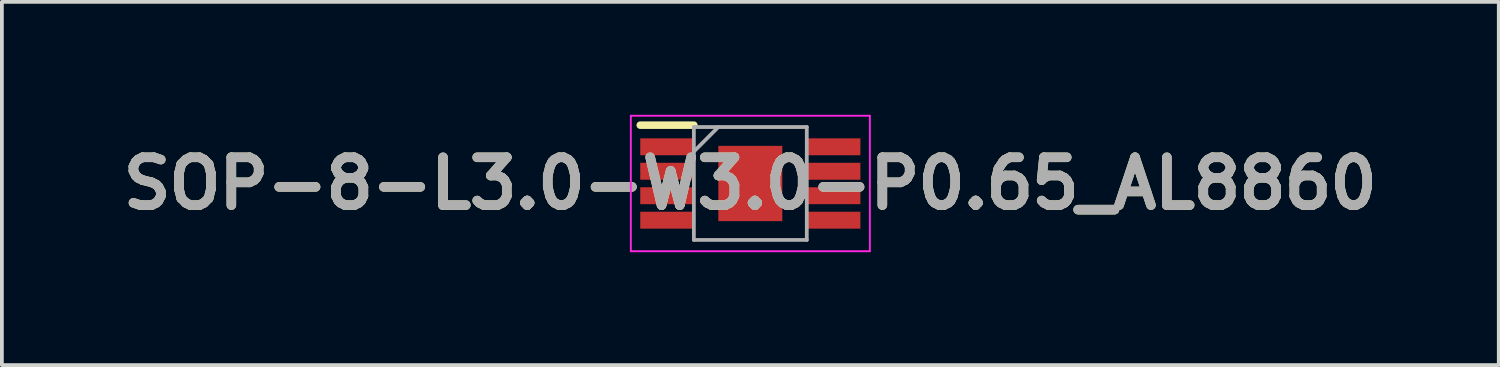
<source format=kicad_pcb>
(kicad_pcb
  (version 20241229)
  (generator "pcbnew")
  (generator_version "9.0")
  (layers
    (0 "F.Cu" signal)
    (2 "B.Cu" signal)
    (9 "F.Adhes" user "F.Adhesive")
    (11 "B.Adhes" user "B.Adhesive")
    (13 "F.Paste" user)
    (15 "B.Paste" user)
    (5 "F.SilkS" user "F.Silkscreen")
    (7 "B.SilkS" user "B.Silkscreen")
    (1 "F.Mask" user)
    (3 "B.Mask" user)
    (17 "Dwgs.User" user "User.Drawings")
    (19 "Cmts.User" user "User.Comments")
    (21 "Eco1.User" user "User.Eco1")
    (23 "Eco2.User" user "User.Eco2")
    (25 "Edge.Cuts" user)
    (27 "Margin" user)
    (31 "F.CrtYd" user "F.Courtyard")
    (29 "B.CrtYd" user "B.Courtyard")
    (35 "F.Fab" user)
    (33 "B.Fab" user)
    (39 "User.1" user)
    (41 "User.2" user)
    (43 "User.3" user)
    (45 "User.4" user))
  (footprint "SOP-8-L3.0-W3.0-P0.65_AL8860"
    (layer "F.Cu")
    (at 16.885 1.825)
    (property "Reference" "SOP-8-L3.0-W3.0-P0.65_AL8860" (at 0 0 0) (layer "F.SilkS") (effects (font (size 1.27 1.27) (thickness 0.254))))
    (attr smd)
    (fp_line (start -2.925 -1.55) (end -1.5 -1.55) (stroke (width 0.2) (type solid)) (layer "F.SilkS"))
    (fp_line (start -3.175 -1.8) (end 3.175 -1.8) (stroke (width 0.05) (type solid)) (layer "F.CrtYd"))
    (fp_line (start -3.175 1.8) (end -3.175 -1.8) (stroke (width 0.05) (type solid)) (layer "F.CrtYd"))
    (fp_line (start 3.175 -1.8) (end 3.175 1.8) (stroke (width 0.05) (type solid)) (layer "F.CrtYd"))
    (fp_line (start 3.175 1.8) (end -3.175 1.8) (stroke (width 0.05) (type solid)) (layer "F.CrtYd"))
    (fp_line (start -1.5 -1.5) (end 1.5 -1.5) (stroke (width 0.1) (type solid)) (layer "F.Fab"))
    (fp_line (start -1.5 -0.85) (end -0.85 -1.5) (stroke (width 0.1) (type solid)) (layer "F.Fab"))
    (fp_line (start -1.5 1.5) (end -1.5 -1.5) (stroke (width 0.1) (type solid)) (layer "F.Fab"))
    (fp_line (start 1.5 -1.5) (end 1.5 1.5) (stroke (width 0.1) (type solid)) (layer "F.Fab"))
    (fp_line (start 1.5 1.5) (end -1.5 1.5) (stroke (width 0.1) (type solid)) (layer "F.Fab"))
    (fp_text user "${REFERENCE}" (at 0 0 0) (layer "F.Fab") (effects (font (size 1.27 1.27) (thickness 0.254))))
    (pad "1" smd rect (at -2.212 -0.975 90) (size 0.45 1.425) (layers "F.Cu" "F.Mask" "F.Paste"))
    (pad "2" smd rect (at -2.212 -0.325 90) (size 0.45 1.425) (layers "F.Cu" "F.Mask" "F.Paste"))
    (pad "3" smd rect (at -2.212 0.325 90) (size 0.45 1.425) (layers "F.Cu" "F.Mask" "F.Paste"))
    (pad "4" smd rect (at -2.212 0.975 90) (size 0.45 1.425) (layers "F.Cu" "F.Mask" "F.Paste"))
    (pad "5" smd rect (at 2.212 0.975 90) (size 0.45 1.425) (layers "F.Cu" "F.Mask" "F.Paste"))
    (pad "6" smd rect (at 2.212 0.325 90) (size 0.45 1.425) (layers "F.Cu" "F.Mask" "F.Paste"))
    (pad "7" smd rect (at 2.212 -0.325 90) (size 0.45 1.425) (layers "F.Cu" "F.Mask" "F.Paste"))
    (pad "8" smd rect (at 2.212 -0.975 90) (size 0.45 1.425) (layers "F.Cu" "F.Mask" "F.Paste"))
    (pad "9" smd rect (at 0 0) (size 1.7 2) (layers "F.Cu" "F.Mask" "F.Paste")))
  (gr_rect
    (start -3 -3)
    (end 36.77 6.65)
    (stroke (width 0.1) (type default))
    (fill no)
    (layer "Edge.Cuts")))
</source>
